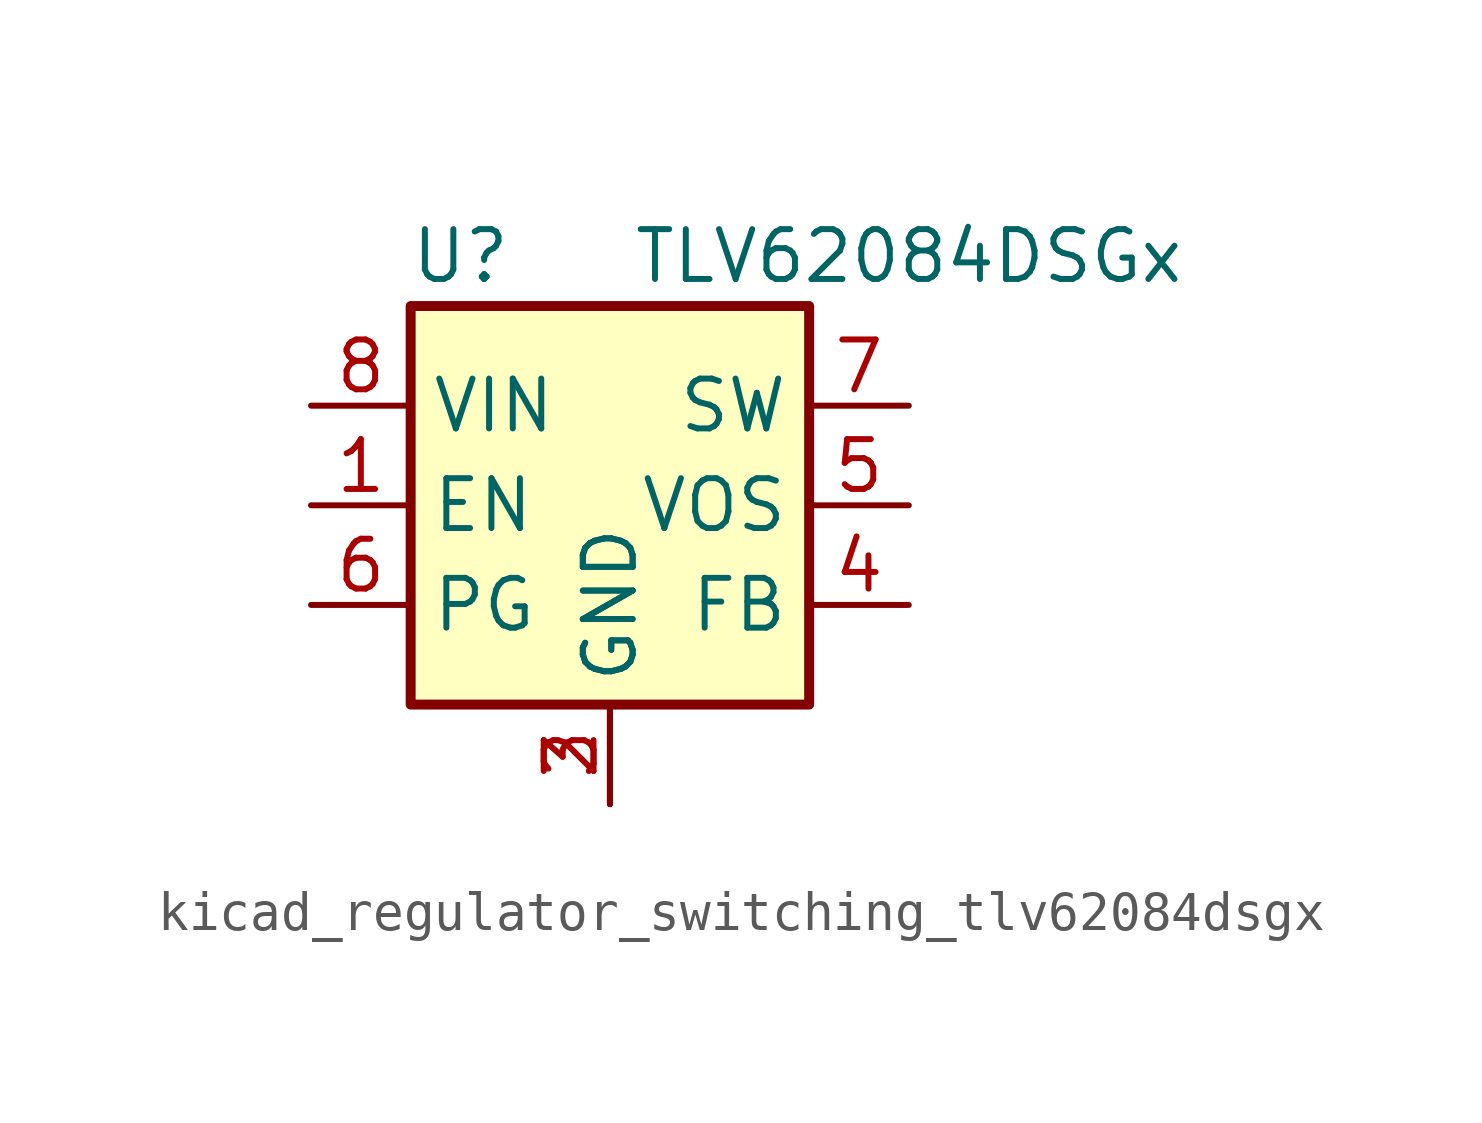
<source format=kicad_sym>
(kicad_symbol_lib
  (version 20220914)
  (generator kicad_symbol_editor)
  (symbol "kicad_regulator_switching_tlv62084dsgx"
    (property "Reference" "U"
      (at -3.81 6.35 0)
      (effects (font (size 1.27 1.27))))
    (property "Value" "TLV62084DSGx"
      (at 7.62 6.35 0)
      (effects (font (size 1.27 1.27))))
    (symbol "kicad_regulator_switching_tlv62084dsgx_0_1"
      (rectangle (start -5.08 -5.08) (end 5.08 5.08) (stroke (width 0.254) (type default)) (fill (type background)))
      (pin input line (at -7.62 0 0) (length 2.54) (name "EN" (effects (font (size 1.27 1.27)))) (number "1" (effects (font (size 1.27 1.27)))))
      (pin power_in line (at 0 -7.62 90) (length 2.54) (name "GND" (effects (font (size 1.27 1.27)))) (number "2" (effects (font (size 1.27 1.27)))))
      (pin power_in line (at 0 -7.62 90) (length 2.54) (name "GND" (effects (font (size 1.27 1.27)))) (number "3" (effects (font (size 1.27 1.27)))))
      (pin input line (at 7.62 -2.54 180) (length 2.54) (name "FB" (effects (font (size 1.27 1.27)))) (number "4" (effects (font (size 1.27 1.27)))))
      (pin input line (at 7.62 0 180) (length 2.54) (name "VOS" (effects (font (size 1.27 1.27)))) (number "5" (effects (font (size 1.27 1.27)))))
      (pin open_collector line (at -7.62 -2.54 0) (length 2.54) (name "PG" (effects (font (size 1.27 1.27)))) (number "6" (effects (font (size 1.27 1.27)))))
      (pin power_out line (at 7.62 2.54 180) (length 2.54) (name "SW" (effects (font (size 1.27 1.27)))) (number "7" (effects (font (size 1.27 1.27)))))
      (pin power_in line (at -7.62 2.54 0) (length 2.54) (name "VIN" (effects (font (size 1.27 1.27)))) (number "8" (effects (font (size 1.27 1.27)))))
      (pin passive line (at 0 -7.62 90) (length 2.54) hide (name "GND" (effects (font (size 1.27 1.27)))) (number "9" (effects (font (size 1.27 1.27))))))))
</source>
